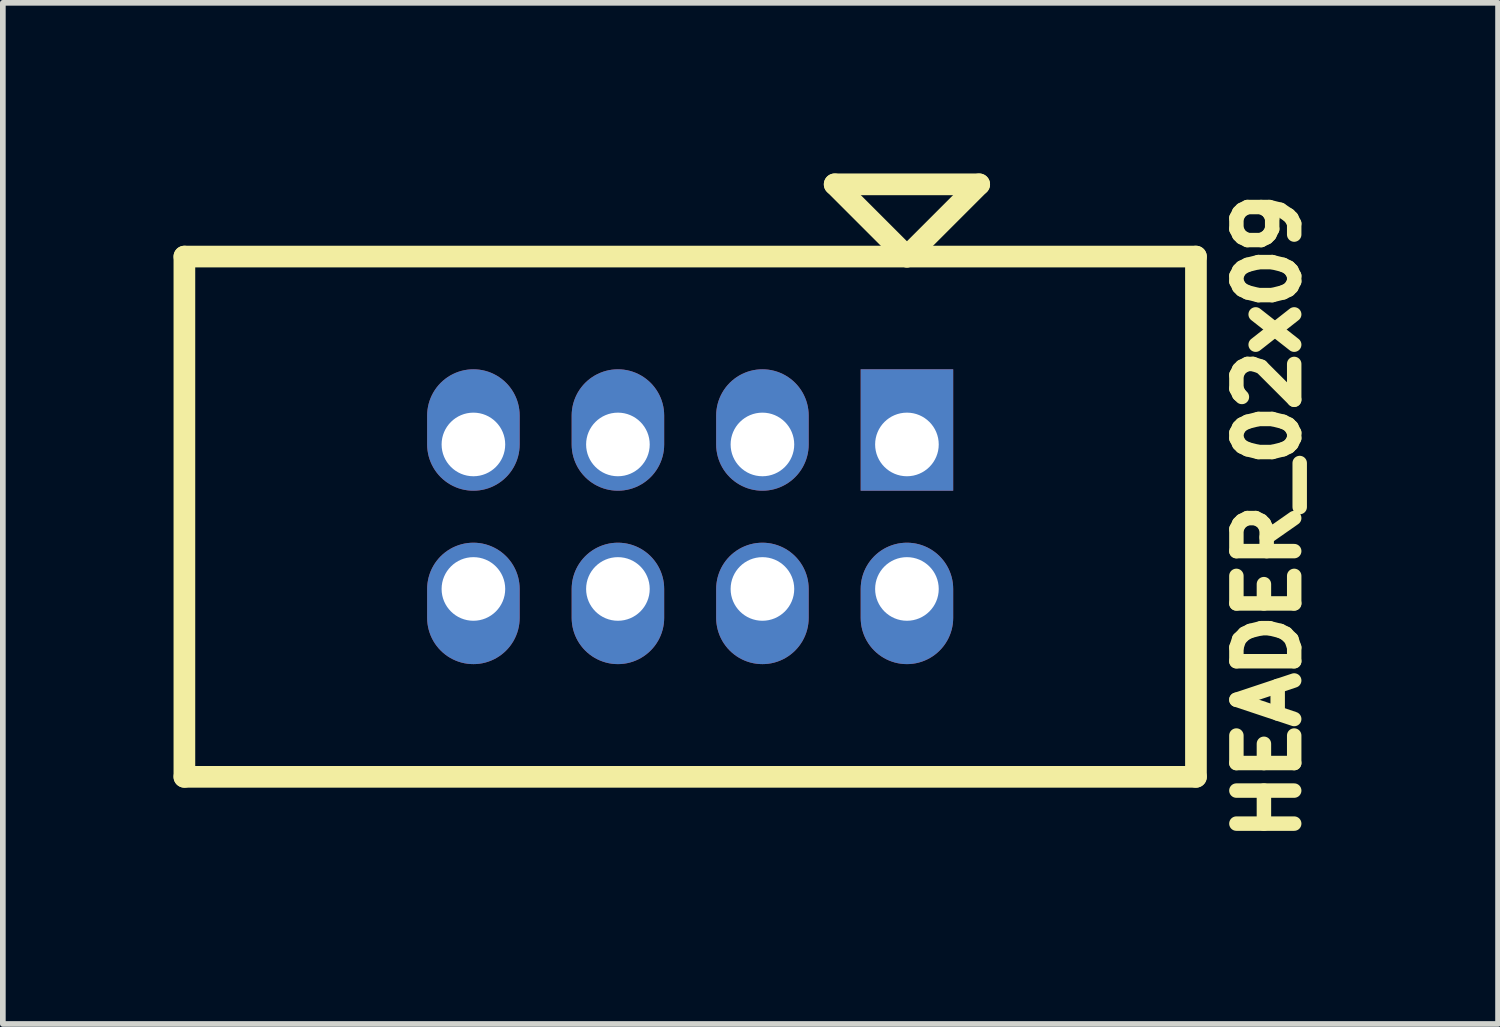
<source format=kicad_pcb>
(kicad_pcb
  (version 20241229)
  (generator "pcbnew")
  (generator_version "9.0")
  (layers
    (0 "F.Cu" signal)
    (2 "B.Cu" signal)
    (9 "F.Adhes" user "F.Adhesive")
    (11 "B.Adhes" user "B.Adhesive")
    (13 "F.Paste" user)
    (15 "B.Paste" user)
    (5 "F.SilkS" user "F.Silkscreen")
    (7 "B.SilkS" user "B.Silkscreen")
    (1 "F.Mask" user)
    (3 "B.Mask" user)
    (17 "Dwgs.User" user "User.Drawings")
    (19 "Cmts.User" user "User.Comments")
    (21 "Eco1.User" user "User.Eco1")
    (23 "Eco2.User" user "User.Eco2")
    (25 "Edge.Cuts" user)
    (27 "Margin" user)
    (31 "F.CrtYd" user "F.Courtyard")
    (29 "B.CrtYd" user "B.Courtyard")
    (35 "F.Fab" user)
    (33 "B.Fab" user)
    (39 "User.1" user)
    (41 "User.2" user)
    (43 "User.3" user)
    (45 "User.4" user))
  (footprint "HEADER_02x09"
    (layer "F.Cu")
    (at 9.081 6.032)
    (property "Reference" "HEADER_02x09" (at 10.16 0 90) (layer "F.SilkS") (effects (font (size 1.016 1.016) (thickness 0.254))))
    (attr through_hole)
    (fp_line (start -8.89 -4.572) (end -8.89 4.572) (stroke (width 0.381) (type solid)) (layer "F.SilkS"))
    (fp_line (start -8.89 4.572) (end 8.89 4.572) (stroke (width 0.381) (type solid)) (layer "F.SilkS"))
    (fp_line (start 2.54 -5.842) (end 3.81 -4.572) (stroke (width 0.381) (type solid)) (layer "F.SilkS"))
    (fp_line (start 3.81 -4.572) (end 5.08 -5.842) (stroke (width 0.381) (type solid)) (layer "F.SilkS"))
    (fp_line (start 5.08 -5.842) (end 2.54 -5.842) (stroke (width 0.381) (type solid)) (layer "F.SilkS"))
    (fp_line (start 8.89 -4.572) (end -8.89 -4.572) (stroke (width 0.381) (type solid)) (layer "F.SilkS"))
    (fp_line (start 8.89 -4.572) (end 8.89 4.572) (stroke (width 0.381) (type solid)) (layer "F.SilkS"))
    (pad "1" thru_hole rect (at 3.81 -1.27) (size 1.626 2.134) (drill 1.118 (offset 0 -0.254)) (layers "*.Cu" "*.Mask"))
    (pad "2" thru_hole oval (at 3.81 1.27) (size 1.626 2.134) (drill 1.118 (offset 0 0.254)) (layers "*.Cu" "*.Mask"))
    (pad "3" thru_hole oval (at 1.27 -1.27) (size 1.626 2.134) (drill 1.118 (offset 0 -0.254)) (layers "*.Cu" "*.Mask"))
    (pad "4" thru_hole oval (at 1.27 1.27) (size 1.626 2.134) (drill 1.118 (offset 0 0.254)) (layers "*.Cu" "*.Mask"))
    (pad "5" thru_hole oval (at -1.27 -1.27) (size 1.626 2.134) (drill 1.118 (offset 0 -0.254)) (layers "*.Cu" "*.Mask"))
    (pad "6" thru_hole oval (at -1.27 1.27) (size 1.626 2.134) (drill 1.118 (offset 0 0.254)) (layers "*.Cu" "*.Mask"))
    (pad "7" thru_hole oval (at -3.81 -1.27) (size 1.626 2.134) (drill 1.118 (offset 0 -0.254)) (layers "*.Cu" "*.Mask"))
    (pad "8" thru_hole oval (at -3.81 1.27) (size 1.626 2.134) (drill 1.118 (offset 0 0.254)) (layers "*.Cu" "*.Mask")))
  (gr_rect
    (start -3 -3)
    (end 23.281 14.948)
    (stroke (width 0.1) (type default))
    (fill no)
    (layer "Edge.Cuts")))
</source>
